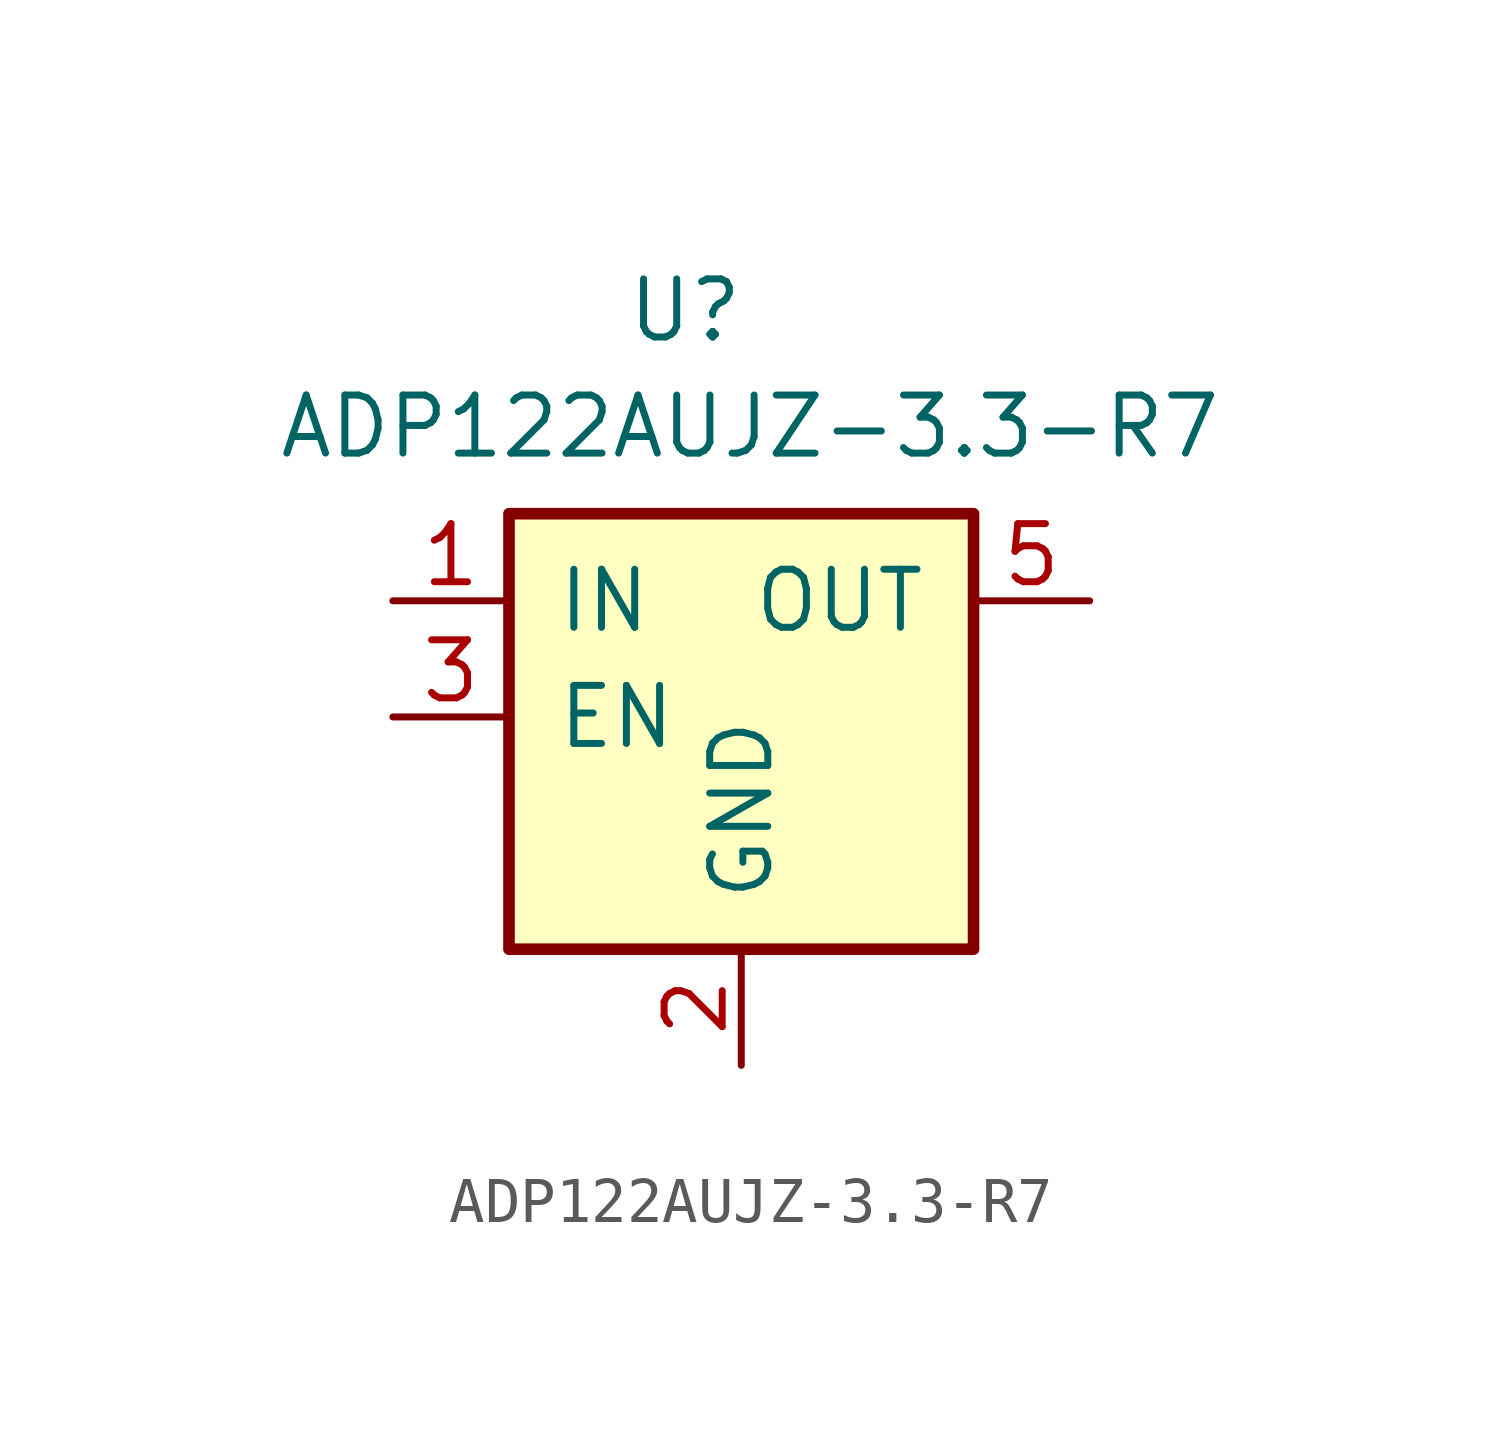
<source format=kicad_sym>
(kicad_symbol_lib
  (version 20211014)
  (generator kicad_symbol_editor)
  (symbol "ADP122AUJZ-3.3-R7"
    (pin_names
      (offset 1.016))
    (property "Reference" "U"
      (at -1.27 7.62 0)
      (effects (font (size 1.27 1.27)) (justify left)))
    (property "Value" "ADP122AUJZ-3.3-R7"
      (at -8.89 5.08 0)
      (effects (font (size 1.27 1.27)) (justify left)))
    (property "ki_locked" ""
      (at 0 0 0)
      (effects (font (size 1.27 1.27))))
    (symbol "ADP122AUJZ-3.3-R7_0_1"
      (rectangle (start -3.81 3.175) (end 6.35 -6.35) (stroke (width 0.254) (type default) (color 0 0 0 0)) (fill (type background))))
    (symbol "ADP122AUJZ-3.3-R7_1_1"
      (pin power_in line (at -6.35 1.27 0) (length 2.54) (name "IN" (effects (font (size 1.27 1.27)))) (number "1" (effects (font (size 1.27 1.27)))))
      (pin power_in line (at 1.27 -8.89 90) (length 2.54) (name "GND" (effects (font (size 1.27 1.27)))) (number "2" (effects (font (size 1.27 1.27)))))
      (pin input line (at -6.35 -1.27 0) (length 2.54) (name "EN" (effects (font (size 1.27 1.27)))) (number "3" (effects (font (size 1.27 1.27)))))
      (pin no_connect line (at 6.35 -1.27 180) (length 2.54) hide (name "NC" (effects (font (size 1.27 1.27)))) (number "4" (effects (font (size 1.27 1.27)))))
      (pin power_out line (at 8.89 1.27 180) (length 2.54) (name "OUT" (effects (font (size 1.27 1.27)))) (number "5" (effects (font (size 1.27 1.27))))))))
</source>
